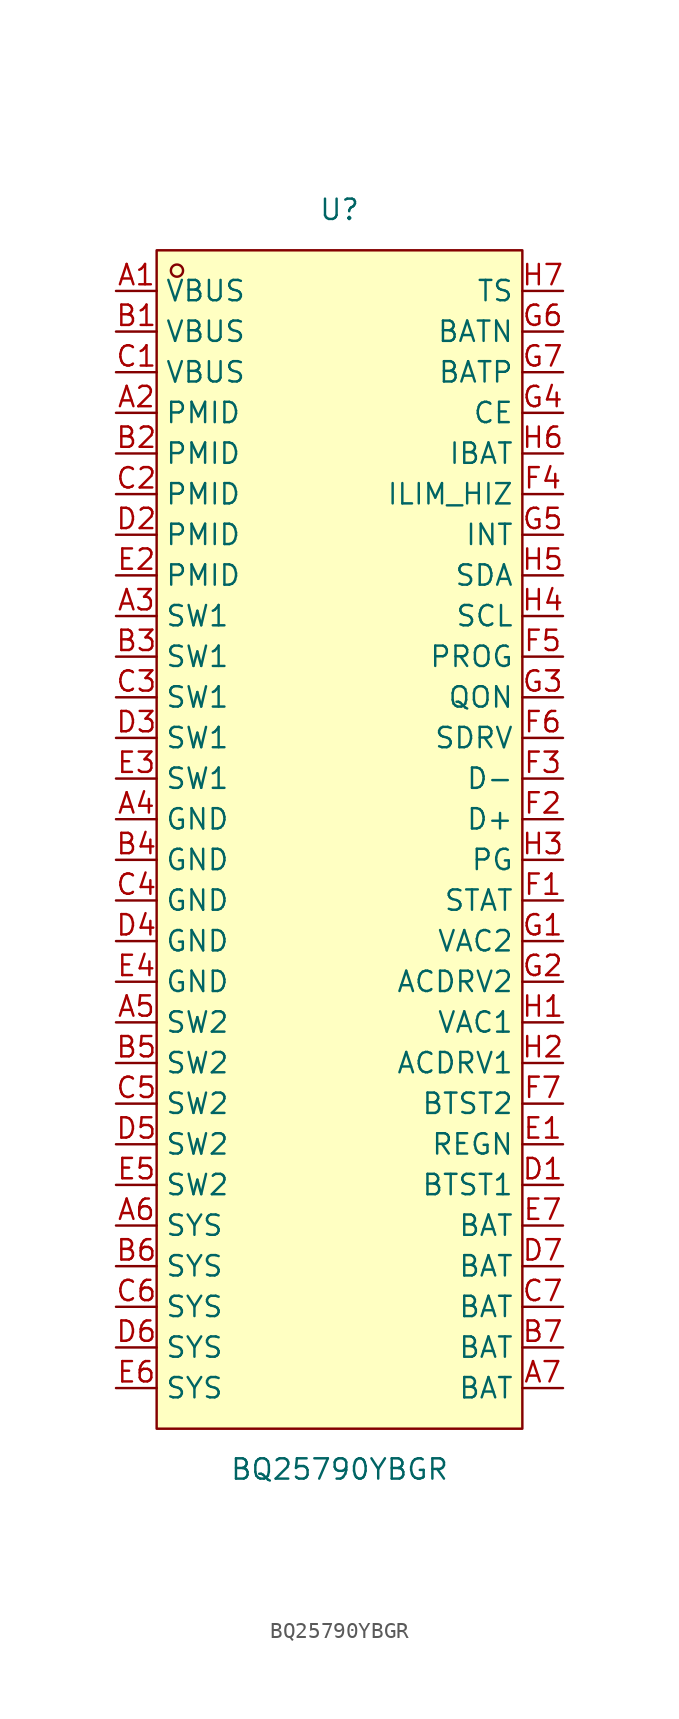
<source format=kicad_sym>
(kicad_symbol_lib
  (version 20211014)
  (generator https://github.com/uPesy/easyeda2kicad.py)
  (symbol "BQ25790YBGR"
    (property "Reference" "U"
      (at 0 39.37 0)
      (effects (font (size 1.27 1.27))))
    (property "Value" "BQ25790YBGR"
      (at 0 -39.37 0)
      (effects (font (size 1.27 1.27))))
    (symbol "BQ25790YBGR_0_1"
      (rectangle (start -11.43 36.83) (end 11.43 -36.83) (stroke (width 0) (type default) (color 0 0 0 0)) (fill (type background)))
      (circle (center -10.16 35.56) (radius 0.38) (stroke (width 0) (type default) (color 0 0 0 0)) (fill (type none)))
      (pin unspecified line (at -13.97 34.29 0) (length 2.54) (name "VBUS" (effects (font (size 1.27 1.27)))) (number "A1" (effects (font (size 1.27 1.27)))))
      (pin unspecified line (at -13.97 31.75 0) (length 2.54) (name "VBUS" (effects (font (size 1.27 1.27)))) (number "B1" (effects (font (size 1.27 1.27)))))
      (pin unspecified line (at -13.97 29.21 0) (length 2.54) (name "VBUS" (effects (font (size 1.27 1.27)))) (number "C1" (effects (font (size 1.27 1.27)))))
      (pin unspecified line (at -13.97 26.67 0) (length 2.54) (name "PMID" (effects (font (size 1.27 1.27)))) (number "A2" (effects (font (size 1.27 1.27)))))
      (pin unspecified line (at -13.97 24.13 0) (length 2.54) (name "PMID" (effects (font (size 1.27 1.27)))) (number "B2" (effects (font (size 1.27 1.27)))))
      (pin unspecified line (at -13.97 21.59 0) (length 2.54) (name "PMID" (effects (font (size 1.27 1.27)))) (number "C2" (effects (font (size 1.27 1.27)))))
      (pin unspecified line (at -13.97 19.05 0) (length 2.54) (name "PMID" (effects (font (size 1.27 1.27)))) (number "D2" (effects (font (size 1.27 1.27)))))
      (pin unspecified line (at -13.97 16.51 0) (length 2.54) (name "PMID" (effects (font (size 1.27 1.27)))) (number "E2" (effects (font (size 1.27 1.27)))))
      (pin unspecified line (at -13.97 13.97 0) (length 2.54) (name "SW1" (effects (font (size 1.27 1.27)))) (number "A3" (effects (font (size 1.27 1.27)))))
      (pin unspecified line (at -13.97 11.43 0) (length 2.54) (name "SW1" (effects (font (size 1.27 1.27)))) (number "B3" (effects (font (size 1.27 1.27)))))
      (pin unspecified line (at -13.97 8.89 0) (length 2.54) (name "SW1" (effects (font (size 1.27 1.27)))) (number "C3" (effects (font (size 1.27 1.27)))))
      (pin unspecified line (at -13.97 6.35 0) (length 2.54) (name "SW1" (effects (font (size 1.27 1.27)))) (number "D3" (effects (font (size 1.27 1.27)))))
      (pin unspecified line (at -13.97 3.81 0) (length 2.54) (name "SW1" (effects (font (size 1.27 1.27)))) (number "E3" (effects (font (size 1.27 1.27)))))
      (pin unspecified line (at -13.97 1.27 0) (length 2.54) (name "GND" (effects (font (size 1.27 1.27)))) (number "A4" (effects (font (size 1.27 1.27)))))
      (pin unspecified line (at -13.97 -1.27 0) (length 2.54) (name "GND" (effects (font (size 1.27 1.27)))) (number "B4" (effects (font (size 1.27 1.27)))))
      (pin unspecified line (at -13.97 -3.81 0) (length 2.54) (name "GND" (effects (font (size 1.27 1.27)))) (number "C4" (effects (font (size 1.27 1.27)))))
      (pin unspecified line (at -13.97 -6.35 0) (length 2.54) (name "GND" (effects (font (size 1.27 1.27)))) (number "D4" (effects (font (size 1.27 1.27)))))
      (pin unspecified line (at -13.97 -8.89 0) (length 2.54) (name "GND" (effects (font (size 1.27 1.27)))) (number "E4" (effects (font (size 1.27 1.27)))))
      (pin unspecified line (at -13.97 -11.43 0) (length 2.54) (name "SW2" (effects (font (size 1.27 1.27)))) (number "A5" (effects (font (size 1.27 1.27)))))
      (pin unspecified line (at -13.97 -13.97 0) (length 2.54) (name "SW2" (effects (font (size 1.27 1.27)))) (number "B5" (effects (font (size 1.27 1.27)))))
      (pin unspecified line (at -13.97 -16.51 0) (length 2.54) (name "SW2" (effects (font (size 1.27 1.27)))) (number "C5" (effects (font (size 1.27 1.27)))))
      (pin unspecified line (at -13.97 -19.05 0) (length 2.54) (name "SW2" (effects (font (size 1.27 1.27)))) (number "D5" (effects (font (size 1.27 1.27)))))
      (pin unspecified line (at -13.97 -21.59 0) (length 2.54) (name "SW2" (effects (font (size 1.27 1.27)))) (number "E5" (effects (font (size 1.27 1.27)))))
      (pin unspecified line (at -13.97 -24.13 0) (length 2.54) (name "SYS" (effects (font (size 1.27 1.27)))) (number "A6" (effects (font (size 1.27 1.27)))))
      (pin unspecified line (at -13.97 -26.67 0) (length 2.54) (name "SYS" (effects (font (size 1.27 1.27)))) (number "B6" (effects (font (size 1.27 1.27)))))
      (pin unspecified line (at -13.97 -29.21 0) (length 2.54) (name "SYS" (effects (font (size 1.27 1.27)))) (number "C6" (effects (font (size 1.27 1.27)))))
      (pin unspecified line (at -13.97 -31.75 0) (length 2.54) (name "SYS" (effects (font (size 1.27 1.27)))) (number "D6" (effects (font (size 1.27 1.27)))))
      (pin unspecified line (at -13.97 -34.29 0) (length 2.54) (name "SYS" (effects (font (size 1.27 1.27)))) (number "E6" (effects (font (size 1.27 1.27)))))
      (pin unspecified line (at 13.97 -34.29 180) (length 2.54) (name "BAT" (effects (font (size 1.27 1.27)))) (number "A7" (effects (font (size 1.27 1.27)))))
      (pin unspecified line (at 13.97 -31.75 180) (length 2.54) (name "BAT" (effects (font (size 1.27 1.27)))) (number "B7" (effects (font (size 1.27 1.27)))))
      (pin unspecified line (at 13.97 -29.21 180) (length 2.54) (name "BAT" (effects (font (size 1.27 1.27)))) (number "C7" (effects (font (size 1.27 1.27)))))
      (pin unspecified line (at 13.97 -26.67 180) (length 2.54) (name "BAT" (effects (font (size 1.27 1.27)))) (number "D7" (effects (font (size 1.27 1.27)))))
      (pin unspecified line (at 13.97 -24.13 180) (length 2.54) (name "BAT" (effects (font (size 1.27 1.27)))) (number "E7" (effects (font (size 1.27 1.27)))))
      (pin unspecified line (at 13.97 -21.59 180) (length 2.54) (name "BTST1" (effects (font (size 1.27 1.27)))) (number "D1" (effects (font (size 1.27 1.27)))))
      (pin unspecified line (at 13.97 -19.05 180) (length 2.54) (name "REGN" (effects (font (size 1.27 1.27)))) (number "E1" (effects (font (size 1.27 1.27)))))
      (pin unspecified line (at 13.97 -16.51 180) (length 2.54) (name "BTST2" (effects (font (size 1.27 1.27)))) (number "F7" (effects (font (size 1.27 1.27)))))
      (pin unspecified line (at 13.97 -13.97 180) (length 2.54) (name "ACDRV1" (effects (font (size 1.27 1.27)))) (number "H2" (effects (font (size 1.27 1.27)))))
      (pin unspecified line (at 13.97 -11.43 180) (length 2.54) (name "VAC1" (effects (font (size 1.27 1.27)))) (number "H1" (effects (font (size 1.27 1.27)))))
      (pin unspecified line (at 13.97 -8.89 180) (length 2.54) (name "ACDRV2" (effects (font (size 1.27 1.27)))) (number "G2" (effects (font (size 1.27 1.27)))))
      (pin unspecified line (at 13.97 -6.35 180) (length 2.54) (name "VAC2" (effects (font (size 1.27 1.27)))) (number "G1" (effects (font (size 1.27 1.27)))))
      (pin unspecified line (at 13.97 -3.81 180) (length 2.54) (name "STAT" (effects (font (size 1.27 1.27)))) (number "F1" (effects (font (size 1.27 1.27)))))
      (pin unspecified line (at 13.97 -1.27 180) (length 2.54) (name "PG" (effects (font (size 1.27 1.27)))) (number "H3" (effects (font (size 1.27 1.27)))))
      (pin unspecified line (at 13.97 1.27 180) (length 2.54) (name "D+" (effects (font (size 1.27 1.27)))) (number "F2" (effects (font (size 1.27 1.27)))))
      (pin unspecified line (at 13.97 3.81 180) (length 2.54) (name "D-" (effects (font (size 1.27 1.27)))) (number "F3" (effects (font (size 1.27 1.27)))))
      (pin unspecified line (at 13.97 6.35 180) (length 2.54) (name "SDRV" (effects (font (size 1.27 1.27)))) (number "F6" (effects (font (size 1.27 1.27)))))
      (pin unspecified line (at 13.97 8.89 180) (length 2.54) (name "QON" (effects (font (size 1.27 1.27)))) (number "G3" (effects (font (size 1.27 1.27)))))
      (pin unspecified line (at 13.97 11.43 180) (length 2.54) (name "PROG" (effects (font (size 1.27 1.27)))) (number "F5" (effects (font (size 1.27 1.27)))))
      (pin unspecified line (at 13.97 13.97 180) (length 2.54) (name "SCL" (effects (font (size 1.27 1.27)))) (number "H4" (effects (font (size 1.27 1.27)))))
      (pin unspecified line (at 13.97 16.51 180) (length 2.54) (name "SDA" (effects (font (size 1.27 1.27)))) (number "H5" (effects (font (size 1.27 1.27)))))
      (pin unspecified line (at 13.97 19.05 180) (length 2.54) (name "INT" (effects (font (size 1.27 1.27)))) (number "G5" (effects (font (size 1.27 1.27)))))
      (pin unspecified line (at 13.97 21.59 180) (length 2.54) (name "ILIM_HIZ" (effects (font (size 1.27 1.27)))) (number "F4" (effects (font (size 1.27 1.27)))))
      (pin unspecified line (at 13.97 24.13 180) (length 2.54) (name "IBAT" (effects (font (size 1.27 1.27)))) (number "H6" (effects (font (size 1.27 1.27)))))
      (pin unspecified line (at 13.97 26.67 180) (length 2.54) (name "CE" (effects (font (size 1.27 1.27)))) (number "G4" (effects (font (size 1.27 1.27)))))
      (pin unspecified line (at 13.97 29.21 180) (length 2.54) (name "BATP" (effects (font (size 1.27 1.27)))) (number "G7" (effects (font (size 1.27 1.27)))))
      (pin unspecified line (at 13.97 31.75 180) (length 2.54) (name "BATN" (effects (font (size 1.27 1.27)))) (number "G6" (effects (font (size 1.27 1.27)))))
      (pin unspecified line (at 13.97 34.29 180) (length 2.54) (name "TS" (effects (font (size 1.27 1.27)))) (number "H7" (effects (font (size 1.27 1.27))))))))
</source>
